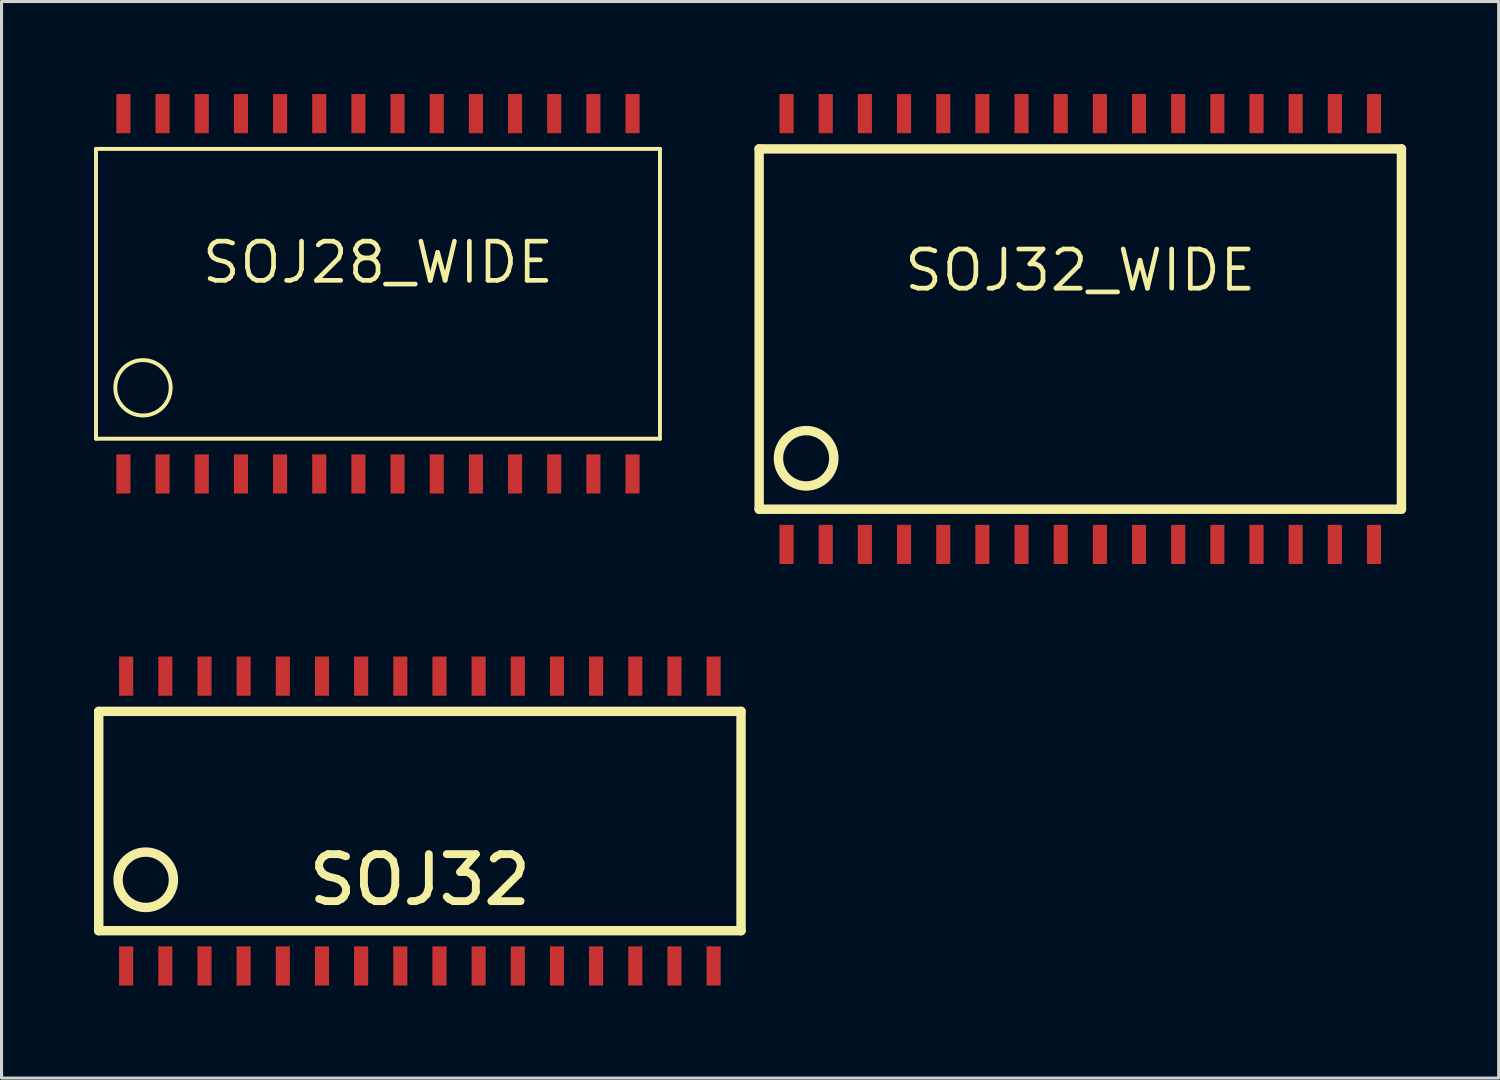
<source format=kicad_pcb>
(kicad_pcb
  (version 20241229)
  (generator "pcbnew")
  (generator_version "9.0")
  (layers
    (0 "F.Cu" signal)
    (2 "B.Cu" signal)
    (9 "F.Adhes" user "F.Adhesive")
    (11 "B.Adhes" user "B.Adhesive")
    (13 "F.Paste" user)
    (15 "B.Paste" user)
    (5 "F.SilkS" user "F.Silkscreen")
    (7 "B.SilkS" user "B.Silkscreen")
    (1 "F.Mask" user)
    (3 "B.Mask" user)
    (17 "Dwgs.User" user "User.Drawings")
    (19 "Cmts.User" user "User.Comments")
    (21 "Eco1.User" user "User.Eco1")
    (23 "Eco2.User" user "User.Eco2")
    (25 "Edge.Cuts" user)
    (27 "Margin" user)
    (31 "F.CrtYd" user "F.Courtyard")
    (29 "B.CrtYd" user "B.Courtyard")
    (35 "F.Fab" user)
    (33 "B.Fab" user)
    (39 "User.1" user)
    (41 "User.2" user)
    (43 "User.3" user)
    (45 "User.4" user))
  (footprint "SOJ32_WIDE"
    (layer "F.Cu")
    (at 31.981 7.62)
    (property "Reference" "SOJ32_WIDE" (at 0 -1.905 0) (layer "F.SilkS") (effects (font (size 1.27 1.27) (thickness 0.152))))
    (attr smd)
    (fp_line (start -10.414 -5.842) (end 10.414 -5.842) (stroke (width 0.305) (type solid)) (layer "F.SilkS"))
    (fp_line (start -10.414 5.842) (end -10.414 -5.842) (stroke (width 0.305) (type solid)) (layer "F.SilkS"))
    (fp_line (start 10.414 -5.842) (end 10.414 5.842) (stroke (width 0.305) (type solid)) (layer "F.SilkS"))
    (fp_line (start 10.414 5.842) (end -10.414 5.842) (stroke (width 0.305) (type solid)) (layer "F.SilkS"))
    (fp_circle (center -8.89 4.191) (end -9.525 3.556) (stroke (width 0.305) (type solid)) (fill no) (layer "F.SilkS"))
    (pad "1" smd rect (at -9.525 6.985) (size 0.457 1.27) (layers "F.Cu" "F.Mask" "F.Paste"))
    (pad "2" smd rect (at -8.255 6.985) (size 0.457 1.27) (layers "F.Cu" "F.Mask" "F.Paste"))
    (pad "3" smd rect (at -6.985 6.985) (size 0.457 1.27) (layers "F.Cu" "F.Mask" "F.Paste"))
    (pad "4" smd rect (at -5.715 6.985) (size 0.457 1.27) (layers "F.Cu" "F.Mask" "F.Paste"))
    (pad "5" smd rect (at -4.445 6.985) (size 0.457 1.27) (layers "F.Cu" "F.Mask" "F.Paste"))
    (pad "6" smd rect (at -3.175 6.985) (size 0.457 1.27) (layers "F.Cu" "F.Mask" "F.Paste"))
    (pad "7" smd rect (at -1.905 6.985) (size 0.457 1.27) (layers "F.Cu" "F.Mask" "F.Paste"))
    (pad "8" smd rect (at -0.635 6.985) (size 0.457 1.27) (layers "F.Cu" "F.Mask" "F.Paste"))
    (pad "9" smd rect (at 0.635 6.985) (size 0.457 1.27) (layers "F.Cu" "F.Mask" "F.Paste"))
    (pad "10" smd rect (at 1.905 6.985) (size 0.457 1.27) (layers "F.Cu" "F.Mask" "F.Paste"))
    (pad "11" smd rect (at 3.175 6.985) (size 0.457 1.27) (layers "F.Cu" "F.Mask" "F.Paste"))
    (pad "12" smd rect (at 4.445 6.985) (size 0.457 1.27) (layers "F.Cu" "F.Mask" "F.Paste"))
    (pad "13" smd rect (at 5.715 6.985) (size 0.457 1.27) (layers "F.Cu" "F.Mask" "F.Paste"))
    (pad "14" smd rect (at 6.985 6.985) (size 0.457 1.27) (layers "F.Cu" "F.Mask" "F.Paste"))
    (pad "15" smd rect (at 8.255 6.985) (size 0.457 1.27) (layers "F.Cu" "F.Mask" "F.Paste"))
    (pad "16" smd rect (at 9.525 6.985) (size 0.457 1.27) (layers "F.Cu" "F.Mask" "F.Paste"))
    (pad "17" smd rect (at 9.525 -6.985) (size 0.457 1.27) (layers "F.Cu" "F.Mask" "F.Paste"))
    (pad "18" smd rect (at 8.255 -6.985) (size 0.457 1.27) (layers "F.Cu" "F.Mask" "F.Paste"))
    (pad "19" smd rect (at 6.985 -6.985) (size 0.457 1.27) (layers "F.Cu" "F.Mask" "F.Paste"))
    (pad "20" smd rect (at 5.715 -6.985) (size 0.457 1.27) (layers "F.Cu" "F.Mask" "F.Paste"))
    (pad "21" smd rect (at 4.445 -6.985) (size 0.457 1.27) (layers "F.Cu" "F.Mask" "F.Paste"))
    (pad "22" smd rect (at 3.175 -6.985) (size 0.457 1.27) (layers "F.Cu" "F.Mask" "F.Paste"))
    (pad "23" smd rect (at 1.905 -6.985) (size 0.457 1.27) (layers "F.Cu" "F.Mask" "F.Paste"))
    (pad "24" smd rect (at 0.635 -6.985) (size 0.457 1.27) (layers "F.Cu" "F.Mask" "F.Paste"))
    (pad "25" smd rect (at -0.635 -6.985) (size 0.457 1.27) (layers "F.Cu" "F.Mask" "F.Paste"))
    (pad "26" smd rect (at -1.905 -6.985) (size 0.457 1.27) (layers "F.Cu" "F.Mask" "F.Paste"))
    (pad "27" smd rect (at -3.175 -6.985) (size 0.457 1.27) (layers "F.Cu" "F.Mask" "F.Paste"))
    (pad "28" smd rect (at -4.445 -6.985) (size 0.457 1.27) (layers "F.Cu" "F.Mask" "F.Paste"))
    (pad "29" smd rect (at -5.715 -6.985) (size 0.457 1.27) (layers "F.Cu" "F.Mask" "F.Paste"))
    (pad "30" smd rect (at -6.985 -6.985) (size 0.457 1.27) (layers "F.Cu" "F.Mask" "F.Paste"))
    (pad "31" smd rect (at -8.255 -6.985) (size 0.457 1.27) (layers "F.Cu" "F.Mask" "F.Paste"))
    (pad "32" smd rect (at -9.525 -6.985) (size 0.457 1.27) (layers "F.Cu" "F.Mask" "F.Paste")))
  (footprint "SOJ32"
    (layer "F.Cu")
    (at 10.566 23.574)
    (property "Reference" "SOJ32" (at 0 1.905 0) (layer "F.SilkS") (effects (font (size 1.524 1.524) (thickness 0.254))))
    (attr smd)
    (fp_line (start -10.414 -3.556) (end 10.414 -3.556) (stroke (width 0.305) (type solid)) (layer "F.SilkS"))
    (fp_line (start -10.414 3.556) (end -10.414 -3.556) (stroke (width 0.305) (type solid)) (layer "F.SilkS"))
    (fp_line (start 10.414 -3.556) (end 10.414 3.556) (stroke (width 0.305) (type solid)) (layer "F.SilkS"))
    (fp_line (start 10.414 3.556) (end -10.414 3.556) (stroke (width 0.305) (type solid)) (layer "F.SilkS"))
    (fp_circle (center -8.89 1.905) (end -9.525 1.27) (stroke (width 0.305) (type solid)) (fill no) (layer "F.SilkS"))
    (pad "1" smd rect (at -9.525 4.699) (size 0.457 1.27) (layers "F.Cu" "F.Mask" "F.Paste"))
    (pad "2" smd rect (at -8.255 4.699) (size 0.457 1.27) (layers "F.Cu" "F.Mask" "F.Paste"))
    (pad "3" smd rect (at -6.985 4.699) (size 0.457 1.27) (layers "F.Cu" "F.Mask" "F.Paste"))
    (pad "4" smd rect (at -5.715 4.699) (size 0.457 1.27) (layers "F.Cu" "F.Mask" "F.Paste"))
    (pad "5" smd rect (at -4.445 4.699) (size 0.457 1.27) (layers "F.Cu" "F.Mask" "F.Paste"))
    (pad "6" smd rect (at -3.175 4.699) (size 0.457 1.27) (layers "F.Cu" "F.Mask" "F.Paste"))
    (pad "7" smd rect (at -1.905 4.699) (size 0.457 1.27) (layers "F.Cu" "F.Mask" "F.Paste"))
    (pad "8" smd rect (at -0.635 4.699) (size 0.457 1.27) (layers "F.Cu" "F.Mask" "F.Paste"))
    (pad "9" smd rect (at 0.635 4.699) (size 0.457 1.27) (layers "F.Cu" "F.Mask" "F.Paste"))
    (pad "10" smd rect (at 1.905 4.699) (size 0.457 1.27) (layers "F.Cu" "F.Mask" "F.Paste"))
    (pad "11" smd rect (at 3.175 4.699) (size 0.457 1.27) (layers "F.Cu" "F.Mask" "F.Paste"))
    (pad "12" smd rect (at 4.445 4.699) (size 0.457 1.27) (layers "F.Cu" "F.Mask" "F.Paste"))
    (pad "13" smd rect (at 5.715 4.699) (size 0.457 1.27) (layers "F.Cu" "F.Mask" "F.Paste"))
    (pad "14" smd rect (at 6.985 4.699) (size 0.457 1.27) (layers "F.Cu" "F.Mask" "F.Paste"))
    (pad "15" smd rect (at 8.255 4.699) (size 0.457 1.27) (layers "F.Cu" "F.Mask" "F.Paste"))
    (pad "16" smd rect (at 9.525 4.699) (size 0.457 1.27) (layers "F.Cu" "F.Mask" "F.Paste"))
    (pad "17" smd rect (at 9.525 -4.699) (size 0.457 1.27) (layers "F.Cu" "F.Mask" "F.Paste"))
    (pad "18" smd rect (at 8.255 -4.699) (size 0.457 1.27) (layers "F.Cu" "F.Mask" "F.Paste"))
    (pad "19" smd rect (at 6.985 -4.699) (size 0.457 1.27) (layers "F.Cu" "F.Mask" "F.Paste"))
    (pad "20" smd rect (at 5.715 -4.699) (size 0.457 1.27) (layers "F.Cu" "F.Mask" "F.Paste"))
    (pad "21" smd rect (at 4.445 -4.699) (size 0.457 1.27) (layers "F.Cu" "F.Mask" "F.Paste"))
    (pad "22" smd rect (at 3.175 -4.699) (size 0.457 1.27) (layers "F.Cu" "F.Mask" "F.Paste"))
    (pad "23" smd rect (at 1.905 -4.699) (size 0.457 1.27) (layers "F.Cu" "F.Mask" "F.Paste"))
    (pad "24" smd rect (at 0.635 -4.699) (size 0.457 1.27) (layers "F.Cu" "F.Mask" "F.Paste"))
    (pad "25" smd rect (at -0.635 -4.699) (size 0.457 1.27) (layers "F.Cu" "F.Mask" "F.Paste"))
    (pad "26" smd rect (at -1.905 -4.699) (size 0.457 1.27) (layers "F.Cu" "F.Mask" "F.Paste"))
    (pad "27" smd rect (at -3.175 -4.699) (size 0.457 1.27) (layers "F.Cu" "F.Mask" "F.Paste"))
    (pad "28" smd rect (at -4.445 -4.699) (size 0.457 1.27) (layers "F.Cu" "F.Mask" "F.Paste"))
    (pad "29" smd rect (at -5.715 -4.699) (size 0.457 1.27) (layers "F.Cu" "F.Mask" "F.Paste"))
    (pad "30" smd rect (at -6.985 -4.699) (size 0.457 1.27) (layers "F.Cu" "F.Mask" "F.Paste"))
    (pad "31" smd rect (at -8.255 -4.699) (size 0.457 1.27) (layers "F.Cu" "F.Mask" "F.Paste"))
    (pad "32" smd rect (at -9.525 -4.699) (size 0.457 1.27) (layers "F.Cu" "F.Mask" "F.Paste")))
  (footprint "SOJ28_WIDE"
    (layer "F.Cu")
    (at 9.207 6.477)
    (property "Reference" "SOJ28_WIDE" (at 0 -1.016 0) (layer "F.SilkS") (effects (font (size 1.27 1.27) (thickness 0.152))))
    (attr smd)
    (fp_line (start -9.144 -4.699) (end -9.144 4.699) (stroke (width 0.127) (type solid)) (layer "F.SilkS"))
    (fp_line (start -9.144 -4.699) (end 9.144 -4.699) (stroke (width 0.127) (type solid)) (layer "F.SilkS"))
    (fp_line (start 9.144 4.699) (end -9.144 4.699) (stroke (width 0.127) (type solid)) (layer "F.SilkS"))
    (fp_line (start 9.144 4.699) (end 9.144 -4.699) (stroke (width 0.127) (type solid)) (layer "F.SilkS"))
    (fp_circle (center -7.62 3.048) (end -8.255 2.413) (stroke (width 0.127) (type solid)) (fill no) (layer "F.SilkS"))
    (pad "1" smd rect (at -8.255 5.842) (size 0.457 1.27) (layers "F.Cu" "F.Mask" "F.Paste"))
    (pad "2" smd rect (at -6.985 5.842) (size 0.457 1.27) (layers "F.Cu" "F.Mask" "F.Paste"))
    (pad "3" smd rect (at -5.715 5.842) (size 0.457 1.27) (layers "F.Cu" "F.Mask" "F.Paste"))
    (pad "4" smd rect (at -4.445 5.842) (size 0.457 1.27) (layers "F.Cu" "F.Mask" "F.Paste"))
    (pad "5" smd rect (at -3.175 5.842) (size 0.457 1.27) (layers "F.Cu" "F.Mask" "F.Paste"))
    (pad "6" smd rect (at -1.905 5.842) (size 0.457 1.27) (layers "F.Cu" "F.Mask" "F.Paste"))
    (pad "7" smd rect (at -0.635 5.842) (size 0.457 1.27) (layers "F.Cu" "F.Mask" "F.Paste"))
    (pad "8" smd rect (at 0.635 5.842) (size 0.457 1.27) (layers "F.Cu" "F.Mask" "F.Paste"))
    (pad "9" smd rect (at 1.905 5.842) (size 0.457 1.27) (layers "F.Cu" "F.Mask" "F.Paste"))
    (pad "10" smd rect (at 3.175 5.842) (size 0.457 1.27) (layers "F.Cu" "F.Mask" "F.Paste"))
    (pad "11" smd rect (at 4.445 5.842) (size 0.457 1.27) (layers "F.Cu" "F.Mask" "F.Paste"))
    (pad "12" smd rect (at 5.715 5.842) (size 0.457 1.27) (layers "F.Cu" "F.Mask" "F.Paste"))
    (pad "13" smd rect (at 6.985 5.842) (size 0.457 1.27) (layers "F.Cu" "F.Mask" "F.Paste"))
    (pad "14" smd rect (at 8.255 5.842) (size 0.457 1.27) (layers "F.Cu" "F.Mask" "F.Paste"))
    (pad "15" smd rect (at 8.255 -5.842) (size 0.457 1.27) (layers "F.Cu" "F.Mask" "F.Paste"))
    (pad "16" smd rect (at 6.985 -5.842) (size 0.457 1.27) (layers "F.Cu" "F.Mask" "F.Paste"))
    (pad "17" smd rect (at 5.715 -5.842) (size 0.457 1.27) (layers "F.Cu" "F.Mask" "F.Paste"))
    (pad "18" smd rect (at 4.445 -5.842) (size 0.457 1.27) (layers "F.Cu" "F.Mask" "F.Paste"))
    (pad "19" smd rect (at 3.175 -5.842) (size 0.457 1.27) (layers "F.Cu" "F.Mask" "F.Paste"))
    (pad "20" smd rect (at 1.905 -5.842) (size 0.457 1.27) (layers "F.Cu" "F.Mask" "F.Paste"))
    (pad "21" smd rect (at 0.635 -5.842) (size 0.457 1.27) (layers "F.Cu" "F.Mask" "F.Paste"))
    (pad "22" smd rect (at -0.635 -5.842) (size 0.457 1.27) (layers "F.Cu" "F.Mask" "F.Paste"))
    (pad "23" smd rect (at -1.905 -5.842) (size 0.457 1.27) (layers "F.Cu" "F.Mask" "F.Paste"))
    (pad "24" smd rect (at -3.175 -5.842) (size 0.457 1.27) (layers "F.Cu" "F.Mask" "F.Paste"))
    (pad "25" smd rect (at -4.445 -5.842) (size 0.457 1.27) (layers "F.Cu" "F.Mask" "F.Paste"))
    (pad "26" smd rect (at -5.715 -5.842) (size 0.457 1.27) (layers "F.Cu" "F.Mask" "F.Paste"))
    (pad "27" smd rect (at -6.985 -5.842) (size 0.457 1.27) (layers "F.Cu" "F.Mask" "F.Paste"))
    (pad "28" smd rect (at -8.255 -5.842) (size 0.457 1.27) (layers "F.Cu" "F.Mask" "F.Paste")))
  (gr_rect
    (start -3 -3)
    (end 45.548 31.908)
    (stroke (width 0.1) (type default))
    (fill no)
    (layer "Edge.Cuts")))
</source>
